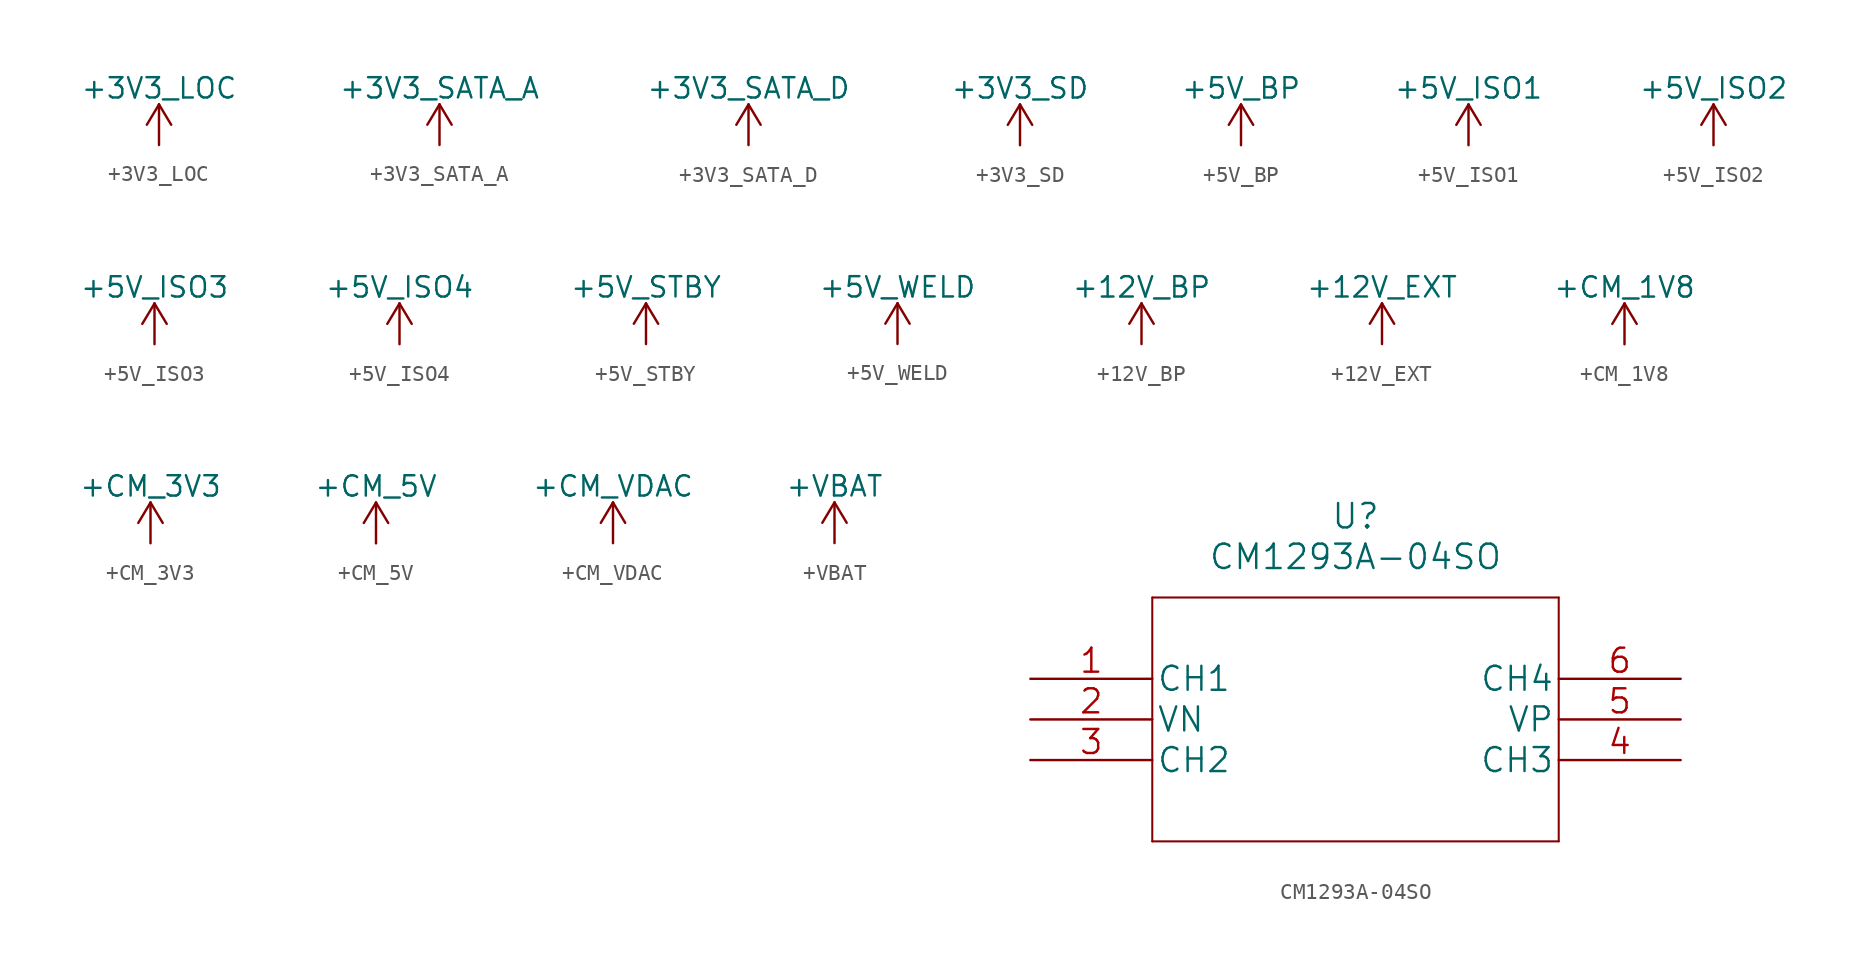
<source format=kicad_sym>
(kicad_symbol_lib
  (version 20211014)
  (generator kicad_symbol_editor)
  (symbol "+3V3_LOC"
    (power)
    (pin_names
      (offset 0))
    (property "Reference" "#PWR"
      (at 0 -3.81 0)
      (effects (font (size 1.27 1.27)) hide))
    (property "Value" "+3V3_LOC"
      (at 0 3.556 0)
      (effects (font (size 1.27 1.27))))
    (property "Footprint" ""
      (at 0 0 0)
      (effects (font (size 1.27 1.27))))
    (property "Datasheet" ""
      (at 0 0 0)
      (effects (font (size 1.27 1.27))))
    (symbol "+3V3_LOC_0_1"
      (polyline (pts (xy -0.762 1.27) (xy 0 2.54)) (stroke (width 0) (type default) (color 0 0 0 0)) (fill (type none)))
      (polyline (pts (xy 0 0) (xy 0 2.54)) (stroke (width 0) (type default) (color 0 0 0 0)) (fill (type none)))
      (polyline (pts (xy 0 2.54) (xy 0.762 1.27)) (stroke (width 0) (type default) (color 0 0 0 0)) (fill (type none))))
    (symbol "+3V3_LOC_1_1"
      (pin power_in line (at 0 0 90) (length 0) hide (name "+3V3_LOC" (effects (font (size 1.27 1.27)))) (number "1" (effects (font (size 1.27 1.27)))))))
  (symbol "+3V3_SATA_A"
    (power)
    (pin_names
      (offset 0))
    (property "Reference" "#PWR"
      (at 0 -3.81 0)
      (effects (font (size 1.27 1.27)) hide))
    (property "Value" "+3V3_SATA_A"
      (at 0 3.556 0)
      (effects (font (size 1.27 1.27))))
    (property "Footprint" ""
      (at 0 0 0)
      (effects (font (size 1.27 1.27))))
    (property "Datasheet" ""
      (at 0 0 0)
      (effects (font (size 1.27 1.27))))
    (symbol "+3V3_SATA_A_0_1"
      (polyline (pts (xy -0.762 1.27) (xy 0 2.54)) (stroke (width 0) (type default) (color 0 0 0 0)) (fill (type none)))
      (polyline (pts (xy 0 0) (xy 0 2.54)) (stroke (width 0) (type default) (color 0 0 0 0)) (fill (type none)))
      (polyline (pts (xy 0 2.54) (xy 0.762 1.27)) (stroke (width 0) (type default) (color 0 0 0 0)) (fill (type none))))
    (symbol "+3V3_SATA_A_1_1"
      (pin power_in line (at 0 0 90) (length 0) hide (name "+3V3_SATA_A" (effects (font (size 1.27 1.27)))) (number "1" (effects (font (size 1.27 1.27)))))))
  (symbol "+3V3_SATA_D"
    (power)
    (pin_names
      (offset 0))
    (property "Reference" "#PWR"
      (at 0 -3.81 0)
      (effects (font (size 1.27 1.27)) hide))
    (property "Value" "+3V3_SATA_D"
      (at 0 3.556 0)
      (effects (font (size 1.27 1.27))))
    (property "Footprint" ""
      (at 0 0 0)
      (effects (font (size 1.27 1.27))))
    (property "Datasheet" ""
      (at 0 0 0)
      (effects (font (size 1.27 1.27))))
    (symbol "+3V3_SATA_D_0_1"
      (polyline (pts (xy -0.762 1.27) (xy 0 2.54)) (stroke (width 0) (type default) (color 0 0 0 0)) (fill (type none)))
      (polyline (pts (xy 0 0) (xy 0 2.54)) (stroke (width 0) (type default) (color 0 0 0 0)) (fill (type none)))
      (polyline (pts (xy 0 2.54) (xy 0.762 1.27)) (stroke (width 0) (type default) (color 0 0 0 0)) (fill (type none))))
    (symbol "+3V3_SATA_D_1_1"
      (pin power_in line (at 0 0 90) (length 0) hide (name "+3V3_SATA_D" (effects (font (size 1.27 1.27)))) (number "1" (effects (font (size 1.27 1.27)))))))
  (symbol "+3V3_SD"
    (power)
    (pin_names
      (offset 0))
    (property "Reference" "#PWR"
      (at 0 -3.81 0)
      (effects (font (size 1.27 1.27)) hide))
    (property "Value" "+3V3_SD"
      (at 0 3.556 0)
      (effects (font (size 1.27 1.27))))
    (symbol "+3V3_SD_0_1"
      (polyline (pts (xy -0.762 1.27) (xy 0 2.54)) (stroke (width 0) (type default) (color 0 0 0 0)) (fill (type none)))
      (polyline (pts (xy 0 0) (xy 0 2.54)) (stroke (width 0) (type default) (color 0 0 0 0)) (fill (type none)))
      (polyline (pts (xy 0 2.54) (xy 0.762 1.27)) (stroke (width 0) (type default) (color 0 0 0 0)) (fill (type none))))
    (symbol "+3V3_SD_1_1"
      (pin power_in line (at 0 0 90) (length 0) hide (name "+3V3_SD" (effects (font (size 1.27 1.27)))) (number "1" (effects (font (size 1.27 1.27)))))))
  (symbol "+5V_BP"
    (power)
    (pin_names
      (offset 0))
    (property "Reference" "#PWR"
      (at 0 -3.81 0)
      (effects (font (size 1.27 1.27)) hide))
    (property "Value" "+5V_BP"
      (at 0 3.556 0)
      (effects (font (size 1.27 1.27))))
    (property "Footprint" ""
      (at 0 0 0)
      (effects (font (size 1.27 1.27))))
    (property "Datasheet" ""
      (at 0 0 0)
      (effects (font (size 1.27 1.27))))
    (symbol "+5V_BP_0_1"
      (polyline (pts (xy -0.762 1.27) (xy 0 2.54)) (stroke (width 0) (type default) (color 0 0 0 0)) (fill (type none)))
      (polyline (pts (xy 0 0) (xy 0 2.54)) (stroke (width 0) (type default) (color 0 0 0 0)) (fill (type none)))
      (polyline (pts (xy 0 2.54) (xy 0.762 1.27)) (stroke (width 0) (type default) (color 0 0 0 0)) (fill (type none))))
    (symbol "+5V_BP_1_1"
      (pin power_in line (at 0 0 90) (length 0) hide (name "+5V_BP" (effects (font (size 1.27 1.27)))) (number "1" (effects (font (size 1.27 1.27)))))))
  (symbol "+5V_ISO1"
    (power)
    (pin_names
      (offset 0))
    (property "Reference" "#PWR"
      (at 0 -3.81 0)
      (effects (font (size 1.27 1.27)) hide))
    (property "Value" "+5V_ISO1"
      (at 0 3.556 0)
      (effects (font (size 1.27 1.27))))
    (property "Footprint" ""
      (at 0 0 0)
      (effects (font (size 1.27 1.27))))
    (property "Datasheet" ""
      (at 0 0 0)
      (effects (font (size 1.27 1.27))))
    (symbol "+5V_ISO1_0_1"
      (polyline (pts (xy -0.762 1.27) (xy 0 2.54)) (stroke (width 0) (type default) (color 0 0 0 0)) (fill (type none)))
      (polyline (pts (xy 0 0) (xy 0 2.54)) (stroke (width 0) (type default) (color 0 0 0 0)) (fill (type none)))
      (polyline (pts (xy 0 2.54) (xy 0.762 1.27)) (stroke (width 0) (type default) (color 0 0 0 0)) (fill (type none))))
    (symbol "+5V_ISO1_1_1"
      (pin power_in line (at 0 0 90) (length 0) hide (name "+5V_ISO1" (effects (font (size 1.27 1.27)))) (number "1" (effects (font (size 1.27 1.27)))))))
  (symbol "+5V_ISO2"
    (power)
    (pin_names
      (offset 0))
    (property "Reference" "#PWR"
      (at 0 -3.81 0)
      (effects (font (size 1.27 1.27)) hide))
    (property "Value" "+5V_ISO2"
      (at 0 3.556 0)
      (effects (font (size 1.27 1.27))))
    (property "Footprint" ""
      (at 0 0 0)
      (effects (font (size 1.27 1.27))))
    (property "Datasheet" ""
      (at 0 0 0)
      (effects (font (size 1.27 1.27))))
    (symbol "+5V_ISO2_0_1"
      (polyline (pts (xy -0.762 1.27) (xy 0 2.54)) (stroke (width 0) (type default) (color 0 0 0 0)) (fill (type none)))
      (polyline (pts (xy 0 0) (xy 0 2.54)) (stroke (width 0) (type default) (color 0 0 0 0)) (fill (type none)))
      (polyline (pts (xy 0 2.54) (xy 0.762 1.27)) (stroke (width 0) (type default) (color 0 0 0 0)) (fill (type none))))
    (symbol "+5V_ISO2_1_1"
      (pin power_in line (at 0 0 90) (length 0) hide (name "+5V_ISO2" (effects (font (size 1.27 1.27)))) (number "1" (effects (font (size 1.27 1.27)))))))
  (symbol "+5V_ISO3"
    (power)
    (pin_names
      (offset 0))
    (property "Reference" "#PWR"
      (at 0 -3.81 0)
      (effects (font (size 1.27 1.27)) hide))
    (property "Value" "+5V_ISO3"
      (at 0 3.556 0)
      (effects (font (size 1.27 1.27))))
    (property "Footprint" ""
      (at 0 0 0)
      (effects (font (size 1.27 1.27))))
    (property "Datasheet" ""
      (at 0 0 0)
      (effects (font (size 1.27 1.27))))
    (symbol "+5V_ISO3_0_1"
      (polyline (pts (xy -0.762 1.27) (xy 0 2.54)) (stroke (width 0) (type default) (color 0 0 0 0)) (fill (type none)))
      (polyline (pts (xy 0 0) (xy 0 2.54)) (stroke (width 0) (type default) (color 0 0 0 0)) (fill (type none)))
      (polyline (pts (xy 0 2.54) (xy 0.762 1.27)) (stroke (width 0) (type default) (color 0 0 0 0)) (fill (type none))))
    (symbol "+5V_ISO3_1_1"
      (pin power_in line (at 0 0 90) (length 0) hide (name "+5V_ISO3" (effects (font (size 1.27 1.27)))) (number "1" (effects (font (size 1.27 1.27)))))))
  (symbol "+5V_ISO4"
    (power)
    (pin_names
      (offset 0))
    (property "Reference" "#PWR"
      (at 0 -3.81 0)
      (effects (font (size 1.27 1.27)) hide))
    (property "Value" "+5V_ISO4"
      (at 0 3.556 0)
      (effects (font (size 1.27 1.27))))
    (property "Footprint" ""
      (at 0 0 0)
      (effects (font (size 1.27 1.27))))
    (property "Datasheet" ""
      (at 0 0 0)
      (effects (font (size 1.27 1.27))))
    (symbol "+5V_ISO4_0_1"
      (polyline (pts (xy -0.762 1.27) (xy 0 2.54)) (stroke (width 0) (type default) (color 0 0 0 0)) (fill (type none)))
      (polyline (pts (xy 0 0) (xy 0 2.54)) (stroke (width 0) (type default) (color 0 0 0 0)) (fill (type none)))
      (polyline (pts (xy 0 2.54) (xy 0.762 1.27)) (stroke (width 0) (type default) (color 0 0 0 0)) (fill (type none))))
    (symbol "+5V_ISO4_1_1"
      (pin power_in line (at 0 0 90) (length 0) hide (name "+5V_ISO4" (effects (font (size 1.27 1.27)))) (number "1" (effects (font (size 1.27 1.27)))))))
  (symbol "+5V_STBY"
    (power)
    (pin_names
      (offset 0))
    (property "Reference" "#PWR"
      (at 0 -3.81 0)
      (effects (font (size 1.27 1.27)) hide))
    (property "Value" "+5V_STBY"
      (at 0 3.556 0)
      (effects (font (size 1.27 1.27))))
    (property "Footprint" ""
      (at 0 0 0)
      (effects (font (size 1.27 1.27))))
    (property "Datasheet" ""
      (at 0 0 0)
      (effects (font (size 1.27 1.27))))
    (symbol "+5V_STBY_0_1"
      (polyline (pts (xy -0.762 1.27) (xy 0 2.54)) (stroke (width 0) (type default) (color 0 0 0 0)) (fill (type none)))
      (polyline (pts (xy 0 0) (xy 0 2.54)) (stroke (width 0) (type default) (color 0 0 0 0)) (fill (type none)))
      (polyline (pts (xy 0 2.54) (xy 0.762 1.27)) (stroke (width 0) (type default) (color 0 0 0 0)) (fill (type none))))
    (symbol "+5V_STBY_1_1"
      (pin power_in line (at 0 0 90) (length 0) hide (name "+5V_STBY" (effects (font (size 1.27 1.27)))) (number "1" (effects (font (size 1.27 1.27)))))))
  (symbol "+5V_WELD"
    (power)
    (pin_names
      (offset 0))
    (property "Reference" "#PWR"
      (at 0 -3.81 0)
      (effects (font (size 1.27 1.27)) hide))
    (property "Value" "+5V_WELD"
      (at 0 3.556 0)
      (effects (font (size 1.27 1.27))))
    (property "Footprint" ""
      (at 0 0 0)
      (effects (font (size 1.27 1.27))))
    (property "Datasheet" ""
      (at 0 0 0)
      (effects (font (size 1.27 1.27))))
    (symbol "+5V_WELD_0_1"
      (polyline (pts (xy -0.762 1.27) (xy 0 2.54)) (stroke (width 0) (type default) (color 0 0 0 0)) (fill (type none)))
      (polyline (pts (xy 0 0) (xy 0 2.54)) (stroke (width 0) (type default) (color 0 0 0 0)) (fill (type none)))
      (polyline (pts (xy 0 2.54) (xy 0.762 1.27)) (stroke (width 0) (type default) (color 0 0 0 0)) (fill (type none))))
    (symbol "+5V_WELD_1_1"
      (pin power_in line (at 0 0 90) (length 0) hide (name "+5V_WELD" (effects (font (size 1.27 1.27)))) (number "1" (effects (font (size 1.27 1.27)))))))
  (symbol "+12V_BP"
    (power)
    (pin_names
      (offset 0))
    (property "Reference" "#PWR"
      (at 0 -3.81 0)
      (effects (font (size 1.27 1.27)) hide))
    (property "Value" "+12V_BP"
      (at 0 3.556 0)
      (effects (font (size 1.27 1.27))))
    (symbol "+12V_BP_0_1"
      (polyline (pts (xy -0.762 1.27) (xy 0 2.54)) (stroke (width 0) (type default) (color 0 0 0 0)) (fill (type none)))
      (polyline (pts (xy 0 0) (xy 0 2.54)) (stroke (width 0) (type default) (color 0 0 0 0)) (fill (type none)))
      (polyline (pts (xy 0 2.54) (xy 0.762 1.27)) (stroke (width 0) (type default) (color 0 0 0 0)) (fill (type none))))
    (symbol "+12V_BP_1_1"
      (pin power_in line (at 0 0 90) (length 0) hide (name "+12V_BP" (effects (font (size 1.27 1.27)))) (number "1" (effects (font (size 1.27 1.27)))))))
  (symbol "+12V_EXT"
    (power)
    (pin_names
      (offset 0))
    (property "Reference" "#PWR"
      (at 0 -3.81 0)
      (effects (font (size 1.27 1.27)) hide))
    (property "Value" "+12V_EXT"
      (at 0 3.556 0)
      (effects (font (size 1.27 1.27))))
    (symbol "+12V_EXT_0_1"
      (polyline (pts (xy -0.762 1.27) (xy 0 2.54)) (stroke (width 0) (type default) (color 0 0 0 0)) (fill (type none)))
      (polyline (pts (xy 0 0) (xy 0 2.54)) (stroke (width 0) (type default) (color 0 0 0 0)) (fill (type none)))
      (polyline (pts (xy 0 2.54) (xy 0.762 1.27)) (stroke (width 0) (type default) (color 0 0 0 0)) (fill (type none))))
    (symbol "+12V_EXT_1_1"
      (pin power_in line (at 0 0 90) (length 0) hide (name "+12V_EXT" (effects (font (size 1.27 1.27)))) (number "1" (effects (font (size 1.27 1.27)))))))
  (symbol "+CM_1V8"
    (power)
    (pin_names
      (offset 0))
    (property "Reference" "#PWR"
      (at 0 -3.81 0)
      (effects (font (size 1.27 1.27)) hide))
    (property "Value" "+CM_1V8"
      (at 0 3.556 0)
      (effects (font (size 1.27 1.27))))
    (property "Footprint" ""
      (at 0 0 0)
      (effects (font (size 1.27 1.27))))
    (property "Datasheet" ""
      (at 0 0 0)
      (effects (font (size 1.27 1.27))))
    (symbol "+CM_1V8_0_1"
      (polyline (pts (xy -0.762 1.27) (xy 0 2.54)) (stroke (width 0) (type default) (color 0 0 0 0)) (fill (type none)))
      (polyline (pts (xy 0 0) (xy 0 2.54)) (stroke (width 0) (type default) (color 0 0 0 0)) (fill (type none)))
      (polyline (pts (xy 0 2.54) (xy 0.762 1.27)) (stroke (width 0) (type default) (color 0 0 0 0)) (fill (type none))))
    (symbol "+CM_1V8_1_1"
      (pin power_in line (at 0 0 90) (length 0) hide (name "+CM_1V8" (effects (font (size 1.27 1.27)))) (number "1" (effects (font (size 1.27 1.27)))))))
  (symbol "+CM_3V3"
    (power)
    (pin_names
      (offset 0))
    (property "Reference" "#PWR"
      (at 0 -3.81 0)
      (effects (font (size 1.27 1.27)) hide))
    (property "Value" "+CM_3V3"
      (at 0 3.556 0)
      (effects (font (size 1.27 1.27))))
    (property "Footprint" ""
      (at 0 0 0)
      (effects (font (size 1.27 1.27))))
    (property "Datasheet" ""
      (at 0 0 0)
      (effects (font (size 1.27 1.27))))
    (symbol "+CM_3V3_0_1"
      (polyline (pts (xy -0.762 1.27) (xy 0 2.54)) (stroke (width 0) (type default) (color 0 0 0 0)) (fill (type none)))
      (polyline (pts (xy 0 0) (xy 0 2.54)) (stroke (width 0) (type default) (color 0 0 0 0)) (fill (type none)))
      (polyline (pts (xy 0 2.54) (xy 0.762 1.27)) (stroke (width 0) (type default) (color 0 0 0 0)) (fill (type none))))
    (symbol "+CM_3V3_1_1"
      (pin power_in line (at 0 0 90) (length 0) hide (name "+CM_3V3" (effects (font (size 1.27 1.27)))) (number "1" (effects (font (size 1.27 1.27)))))))
  (symbol "+CM_5V"
    (power)
    (pin_names
      (offset 0))
    (property "Reference" "#PWR"
      (at 0 -3.81 0)
      (effects (font (size 1.27 1.27)) hide))
    (property "Value" "+CM_5V"
      (at 0 3.556 0)
      (effects (font (size 1.27 1.27))))
    (property "Footprint" ""
      (at 0 0 0)
      (effects (font (size 1.27 1.27))))
    (property "Datasheet" ""
      (at 0 0 0)
      (effects (font (size 1.27 1.27))))
    (symbol "+CM_5V_0_1"
      (polyline (pts (xy -0.762 1.27) (xy 0 2.54)) (stroke (width 0) (type default) (color 0 0 0 0)) (fill (type none)))
      (polyline (pts (xy 0 0) (xy 0 2.54)) (stroke (width 0) (type default) (color 0 0 0 0)) (fill (type none)))
      (polyline (pts (xy 0 2.54) (xy 0.762 1.27)) (stroke (width 0) (type default) (color 0 0 0 0)) (fill (type none))))
    (symbol "+CM_5V_1_1"
      (pin power_in line (at 0 0 90) (length 0) hide (name "+CM_5V" (effects (font (size 1.27 1.27)))) (number "1" (effects (font (size 1.27 1.27)))))))
  (symbol "+CM_VDAC"
    (power)
    (pin_names
      (offset 0))
    (property "Reference" "#PWR"
      (at 0 -3.81 0)
      (effects (font (size 1.27 1.27)) hide))
    (property "Value" "+CM_VDAC"
      (at 0 3.556 0)
      (effects (font (size 1.27 1.27))))
    (property "Footprint" ""
      (at 0 0 0)
      (effects (font (size 1.27 1.27))))
    (property "Datasheet" ""
      (at 0 0 0)
      (effects (font (size 1.27 1.27))))
    (symbol "+CM_VDAC_0_1"
      (polyline (pts (xy -0.762 1.27) (xy 0 2.54)) (stroke (width 0) (type default) (color 0 0 0 0)) (fill (type none)))
      (polyline (pts (xy 0 0) (xy 0 2.54)) (stroke (width 0) (type default) (color 0 0 0 0)) (fill (type none)))
      (polyline (pts (xy 0 2.54) (xy 0.762 1.27)) (stroke (width 0) (type default) (color 0 0 0 0)) (fill (type none))))
    (symbol "+CM_VDAC_1_1"
      (pin power_in line (at 0 0 90) (length 0) hide (name "+CM_VDAC" (effects (font (size 1.27 1.27)))) (number "1" (effects (font (size 1.27 1.27)))))))
  (symbol "+VBAT"
    (power)
    (pin_names
      (offset 0))
    (property "Reference" "#PWR"
      (at 0 -3.81 0)
      (effects (font (size 1.27 1.27)) hide))
    (property "Value" "+VBAT"
      (at 0 3.556 0)
      (effects (font (size 1.27 1.27))))
    (property "Footprint" ""
      (at 0 0 0)
      (effects (font (size 1.27 1.27))))
    (property "Datasheet" ""
      (at 0 0 0)
      (effects (font (size 1.27 1.27))))
    (symbol "+VBAT_0_1"
      (polyline (pts (xy -0.762 1.27) (xy 0 2.54)) (stroke (width 0) (type default) (color 0 0 0 0)) (fill (type none)))
      (polyline (pts (xy 0 0) (xy 0 2.54)) (stroke (width 0) (type default) (color 0 0 0 0)) (fill (type none)))
      (polyline (pts (xy 0 2.54) (xy 0.762 1.27)) (stroke (width 0) (type default) (color 0 0 0 0)) (fill (type none))))
    (symbol "+VBAT_1_1"
      (pin power_in line (at 0 0 90) (length 0) hide (name "+VBAT" (effects (font (size 1.27 1.27)))) (number "1" (effects (font (size 1.27 1.27)))))))
  (symbol "CM1293A-04SO"
    (pin_names
      (offset 0.254))
    (property "Reference" "U"
      (at 20.32 10.16 0)
      (effects (font (size 1.524 1.524))))
    (property "Value" "CM1293A-04SO"
      (at 20.32 7.62 0)
      (effects (font (size 1.524 1.524))))
    (property "Datasheet" ""
      (at 0 0 0)
      (effects (font (size 1.524 1.524))))
    (property "ki_locked" ""
      (at 0 0 0)
      (effects (font (size 1.27 1.27))))
    (symbol "CM1293A-04SO_1_1"
      (polyline (pts (xy 7.62 -10.16) (xy 33.02 -10.16)) (stroke (width 0.127) (type default) (color 0 0 0 0)) (fill (type none)))
      (polyline (pts (xy 7.62 5.08) (xy 7.62 -10.16)) (stroke (width 0.127) (type default) (color 0 0 0 0)) (fill (type none)))
      (polyline (pts (xy 33.02 -10.16) (xy 33.02 5.08)) (stroke (width 0.127) (type default) (color 0 0 0 0)) (fill (type none)))
      (polyline (pts (xy 33.02 5.08) (xy 7.62 5.08)) (stroke (width 0.127) (type default) (color 0 0 0 0)) (fill (type none)))
      (pin bidirectional line (at 0 0 0) (length 7.62) (name "CH1" (effects (font (size 1.499 1.499)))) (number "1" (effects (font (size 1.499 1.499)))))
      (pin power_in line (at 0 -2.54 0) (length 7.62) (name "VN" (effects (font (size 1.499 1.499)))) (number "2" (effects (font (size 1.499 1.499)))))
      (pin bidirectional line (at 0 -5.08 0) (length 7.62) (name "CH2" (effects (font (size 1.499 1.499)))) (number "3" (effects (font (size 1.499 1.499)))))
      (pin bidirectional line (at 40.64 -5.08 180) (length 7.62) (name "CH3" (effects (font (size 1.499 1.499)))) (number "4" (effects (font (size 1.499 1.499)))))
      (pin power_in line (at 40.64 -2.54 180) (length 7.62) (name "VP" (effects (font (size 1.499 1.499)))) (number "5" (effects (font (size 1.499 1.499)))))
      (pin bidirectional line (at 40.64 0 180) (length 7.62) (name "CH4" (effects (font (size 1.499 1.499)))) (number "6" (effects (font (size 1.499 1.499))))))))
</source>
